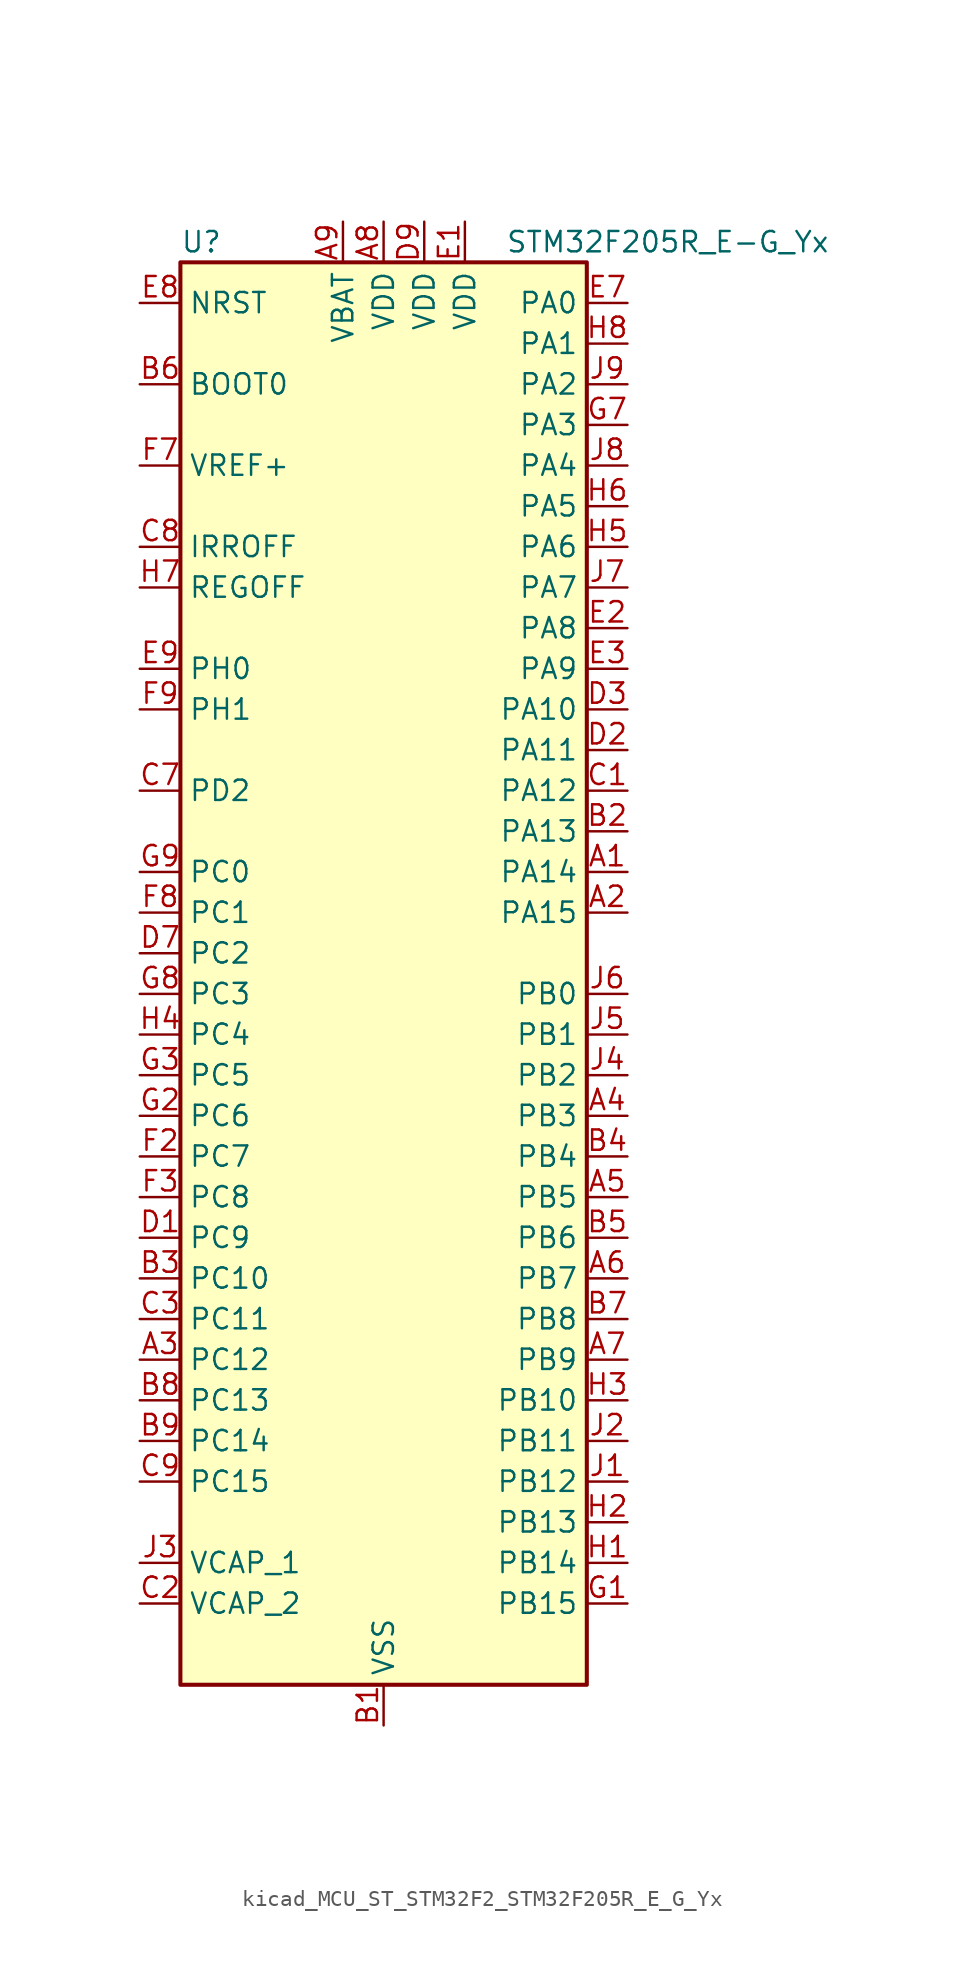
<source format=kicad_sym>
(kicad_symbol_lib
  (version 20220914)
  (generator kicad_symbol_editor)
  (symbol "kicad_MCU_ST_STM32F2_STM32F205R_E_G_Yx"
    (property "Reference" "U"
      (at -12.7 46.99 0)
      (effects (font (size 1.27 1.27)) (justify left)))
    (property "Value" "STM32F205R_E-G_Yx"
      (at 7.62 46.99 0)
      (effects (font (size 1.27 1.27)) (justify left)))
    (property "ki_locked" ""
      (at 0 0 0)
      (effects (font (size 1.27 1.27))))
    (symbol "kicad_MCU_ST_STM32F2_STM32F205R_E_G_Yx_0_1"
      (rectangle (start -12.7 -43.18) (end 12.7 45.72) (stroke (width 0.254) (type default)) (fill (type background))))
    (symbol "kicad_MCU_ST_STM32F2_STM32F205R_E_G_Yx_1_1"
      (pin bidirectional line (at 15.24 7.62 180) (length 2.54) (name "PA14" (effects (font (size 1.27 1.27)))) (number "A1" (effects (font (size 1.27 1.27)))) (alternate "SYS_JTCK-SWCLK" bidirectional line))
      (pin bidirectional line (at 15.24 5.08 180) (length 2.54) (name "PA15" (effects (font (size 1.27 1.27)))) (number "A2" (effects (font (size 1.27 1.27)))) (alternate "ADC1_EXTI15" bidirectional line) (alternate "ADC2_EXTI15" bidirectional line) (alternate "ADC3_EXTI15" bidirectional line) (alternate "I2S3_WS" bidirectional line) (alternate "SPI1_NSS" bidirectional line) (alternate "SPI3_NSS" bidirectional line) (alternate "SYS_JTDI" bidirectional line) (alternate "TIM2_CH1" bidirectional line) (alternate "TIM2_ETR" bidirectional line))
      (pin bidirectional line (at -15.24 -22.86 0) (length 2.54) (name "PC12" (effects (font (size 1.27 1.27)))) (number "A3" (effects (font (size 1.27 1.27)))) (alternate "I2S3_SD" bidirectional line) (alternate "SDIO_CK" bidirectional line) (alternate "SPI3_MOSI" bidirectional line) (alternate "UART5_TX" bidirectional line) (alternate "USART3_CK" bidirectional line))
      (pin bidirectional line (at 15.24 -7.62 180) (length 2.54) (name "PB3" (effects (font (size 1.27 1.27)))) (number "A4" (effects (font (size 1.27 1.27)))) (alternate "I2S3_SCK" bidirectional line) (alternate "SPI1_SCK" bidirectional line) (alternate "SPI3_SCK" bidirectional line) (alternate "SYS_JTDO-SWO" bidirectional line) (alternate "TIM2_CH2" bidirectional line))
      (pin bidirectional line (at 15.24 -12.7 180) (length 2.54) (name "PB5" (effects (font (size 1.27 1.27)))) (number "A5" (effects (font (size 1.27 1.27)))) (alternate "CAN2_RX" bidirectional line) (alternate "I2C1_SMBA" bidirectional line) (alternate "I2S3_SD" bidirectional line) (alternate "SPI1_MOSI" bidirectional line) (alternate "SPI3_MOSI" bidirectional line) (alternate "TIM3_CH2" bidirectional line) (alternate "USB_OTG_HS_ULPI_D7" bidirectional line))
      (pin bidirectional line (at 15.24 -17.78 180) (length 2.54) (name "PB7" (effects (font (size 1.27 1.27)))) (number "A6" (effects (font (size 1.27 1.27)))) (alternate "I2C1_SDA" bidirectional line) (alternate "TIM4_CH2" bidirectional line) (alternate "USART1_RX" bidirectional line))
      (pin bidirectional line (at 15.24 -22.86 180) (length 2.54) (name "PB9" (effects (font (size 1.27 1.27)))) (number "A7" (effects (font (size 1.27 1.27)))) (alternate "CAN1_TX" bidirectional line) (alternate "DAC_EXTI9" bidirectional line) (alternate "I2C1_SDA" bidirectional line) (alternate "I2S2_WS" bidirectional line) (alternate "SDIO_D5" bidirectional line) (alternate "SPI2_NSS" bidirectional line) (alternate "TIM11_CH1" bidirectional line) (alternate "TIM4_CH4" bidirectional line))
      (pin power_in line (at 0 48.26 270) (length 2.54) (name "VDD" (effects (font (size 1.27 1.27)))) (number "A8" (effects (font (size 1.27 1.27)))))
      (pin power_in line (at -2.54 48.26 270) (length 2.54) (name "VBAT" (effects (font (size 1.27 1.27)))) (number "A9" (effects (font (size 1.27 1.27)))))
      (pin power_in line (at 0 -45.72 90) (length 2.54) (name "VSS" (effects (font (size 1.27 1.27)))) (number "B1" (effects (font (size 1.27 1.27)))))
      (pin bidirectional line (at 15.24 10.16 180) (length 2.54) (name "PA13" (effects (font (size 1.27 1.27)))) (number "B2" (effects (font (size 1.27 1.27)))) (alternate "SYS_JTMS-SWDIO" bidirectional line))
      (pin bidirectional line (at -15.24 -17.78 0) (length 2.54) (name "PC10" (effects (font (size 1.27 1.27)))) (number "B3" (effects (font (size 1.27 1.27)))) (alternate "I2S3_SCK" bidirectional line) (alternate "SDIO_D2" bidirectional line) (alternate "SPI3_SCK" bidirectional line) (alternate "UART4_TX" bidirectional line) (alternate "USART3_TX" bidirectional line))
      (pin bidirectional line (at 15.24 -10.16 180) (length 2.54) (name "PB4" (effects (font (size 1.27 1.27)))) (number "B4" (effects (font (size 1.27 1.27)))) (alternate "SPI1_MISO" bidirectional line) (alternate "SPI3_MISO" bidirectional line) (alternate "SYS_JTRST" bidirectional line) (alternate "TIM3_CH1" bidirectional line))
      (pin bidirectional line (at 15.24 -15.24 180) (length 2.54) (name "PB6" (effects (font (size 1.27 1.27)))) (number "B5" (effects (font (size 1.27 1.27)))) (alternate "CAN2_TX" bidirectional line) (alternate "I2C1_SCL" bidirectional line) (alternate "TIM4_CH1" bidirectional line) (alternate "USART1_TX" bidirectional line))
      (pin input line (at -15.24 38.1 0) (length 2.54) (name "BOOT0" (effects (font (size 1.27 1.27)))) (number "B6" (effects (font (size 1.27 1.27)))))
      (pin bidirectional line (at 15.24 -20.32 180) (length 2.54) (name "PB8" (effects (font (size 1.27 1.27)))) (number "B7" (effects (font (size 1.27 1.27)))) (alternate "CAN1_RX" bidirectional line) (alternate "I2C1_SCL" bidirectional line) (alternate "SDIO_D4" bidirectional line) (alternate "TIM10_CH1" bidirectional line) (alternate "TIM4_CH3" bidirectional line))
      (pin bidirectional line (at -15.24 -25.4 0) (length 2.54) (name "PC13" (effects (font (size 1.27 1.27)))) (number "B8" (effects (font (size 1.27 1.27)))) (alternate "RTC_AF1" bidirectional line))
      (pin bidirectional line (at -15.24 -27.94 0) (length 2.54) (name "PC14" (effects (font (size 1.27 1.27)))) (number "B9" (effects (font (size 1.27 1.27)))) (alternate "RCC_OSC32_IN" bidirectional line))
      (pin bidirectional line (at 15.24 12.7 180) (length 2.54) (name "PA12" (effects (font (size 1.27 1.27)))) (number "C1" (effects (font (size 1.27 1.27)))) (alternate "CAN1_TX" bidirectional line) (alternate "TIM1_ETR" bidirectional line) (alternate "USART1_RTS" bidirectional line) (alternate "USB_OTG_FS_DP" bidirectional line))
      (pin power_out line (at -15.24 -38.1 0) (length 2.54) (name "VCAP_2" (effects (font (size 1.27 1.27)))) (number "C2" (effects (font (size 1.27 1.27)))))
      (pin bidirectional line (at -15.24 -20.32 0) (length 2.54) (name "PC11" (effects (font (size 1.27 1.27)))) (number "C3" (effects (font (size 1.27 1.27)))) (alternate "ADC1_EXTI11" bidirectional line) (alternate "ADC2_EXTI11" bidirectional line) (alternate "ADC3_EXTI11" bidirectional line) (alternate "SDIO_D3" bidirectional line) (alternate "SPI3_MISO" bidirectional line) (alternate "UART4_RX" bidirectional line) (alternate "USART3_RX" bidirectional line))
      (pin bidirectional line (at -15.24 12.7 0) (length 2.54) (name "PD2" (effects (font (size 1.27 1.27)))) (number "C7" (effects (font (size 1.27 1.27)))) (alternate "SDIO_CMD" bidirectional line) (alternate "TIM3_ETR" bidirectional line) (alternate "UART5_RX" bidirectional line))
      (pin input line (at -15.24 27.94 0) (length 2.54) (name "IRROFF" (effects (font (size 1.27 1.27)))) (number "C8" (effects (font (size 1.27 1.27)))))
      (pin bidirectional line (at -15.24 -30.48 0) (length 2.54) (name "PC15" (effects (font (size 1.27 1.27)))) (number "C9" (effects (font (size 1.27 1.27)))) (alternate "ADC1_EXTI15" bidirectional line) (alternate "ADC2_EXTI15" bidirectional line) (alternate "ADC3_EXTI15" bidirectional line) (alternate "RCC_OSC32_OUT" bidirectional line))
      (pin bidirectional line (at -15.24 -15.24 0) (length 2.54) (name "PC9" (effects (font (size 1.27 1.27)))) (number "D1" (effects (font (size 1.27 1.27)))) (alternate "DAC_EXTI9" bidirectional line) (alternate "I2C3_SDA" bidirectional line) (alternate "I2S_CKIN" bidirectional line) (alternate "RCC_MCO_2" bidirectional line) (alternate "SDIO_D1" bidirectional line) (alternate "TIM3_CH4" bidirectional line) (alternate "TIM8_CH4" bidirectional line))
      (pin bidirectional line (at 15.24 15.24 180) (length 2.54) (name "PA11" (effects (font (size 1.27 1.27)))) (number "D2" (effects (font (size 1.27 1.27)))) (alternate "ADC1_EXTI11" bidirectional line) (alternate "ADC2_EXTI11" bidirectional line) (alternate "ADC3_EXTI11" bidirectional line) (alternate "CAN1_RX" bidirectional line) (alternate "TIM1_CH4" bidirectional line) (alternate "USART1_CTS" bidirectional line) (alternate "USB_OTG_FS_DM" bidirectional line))
      (pin bidirectional line (at 15.24 17.78 180) (length 2.54) (name "PA10" (effects (font (size 1.27 1.27)))) (number "D3" (effects (font (size 1.27 1.27)))) (alternate "TIM1_CH3" bidirectional line) (alternate "USART1_RX" bidirectional line) (alternate "USB_OTG_FS_ID" bidirectional line))
      (pin bidirectional line (at -15.24 2.54 0) (length 2.54) (name "PC2" (effects (font (size 1.27 1.27)))) (number "D7" (effects (font (size 1.27 1.27)))) (alternate "ADC1_IN12" bidirectional line) (alternate "ADC2_IN12" bidirectional line) (alternate "ADC3_IN12" bidirectional line) (alternate "SPI2_MISO" bidirectional line) (alternate "USB_OTG_HS_ULPI_DIR" bidirectional line))
      (pin passive line (at 0 -45.72 90) (length 2.54) hide (name "VSS" (effects (font (size 1.27 1.27)))) (number "D8" (effects (font (size 1.27 1.27)))))
      (pin power_in line (at 2.54 48.26 270) (length 2.54) (name "VDD" (effects (font (size 1.27 1.27)))) (number "D9" (effects (font (size 1.27 1.27)))))
      (pin power_in line (at 5.08 48.26 270) (length 2.54) (name "VDD" (effects (font (size 1.27 1.27)))) (number "E1" (effects (font (size 1.27 1.27)))))
      (pin bidirectional line (at 15.24 22.86 180) (length 2.54) (name "PA8" (effects (font (size 1.27 1.27)))) (number "E2" (effects (font (size 1.27 1.27)))) (alternate "I2C3_SCL" bidirectional line) (alternate "RCC_MCO_1" bidirectional line) (alternate "TIM1_CH1" bidirectional line) (alternate "USART1_CK" bidirectional line) (alternate "USB_OTG_FS_SOF" bidirectional line))
      (pin bidirectional line (at 15.24 20.32 180) (length 2.54) (name "PA9" (effects (font (size 1.27 1.27)))) (number "E3" (effects (font (size 1.27 1.27)))) (alternate "DAC_EXTI9" bidirectional line) (alternate "I2C3_SMBA" bidirectional line) (alternate "TIM1_CH2" bidirectional line) (alternate "USART1_TX" bidirectional line) (alternate "USB_OTG_FS_VBUS" bidirectional line))
      (pin bidirectional line (at 15.24 43.18 180) (length 2.54) (name "PA0" (effects (font (size 1.27 1.27)))) (number "E7" (effects (font (size 1.27 1.27)))) (alternate "ADC1_IN0" bidirectional line) (alternate "ADC2_IN0" bidirectional line) (alternate "ADC3_IN0" bidirectional line) (alternate "SYS_WKUP" bidirectional line) (alternate "TIM2_CH1" bidirectional line) (alternate "TIM2_ETR" bidirectional line) (alternate "TIM5_CH1" bidirectional line) (alternate "TIM8_ETR" bidirectional line) (alternate "UART4_TX" bidirectional line) (alternate "USART2_CTS" bidirectional line))
      (pin input line (at -15.24 43.18 0) (length 2.54) (name "NRST" (effects (font (size 1.27 1.27)))) (number "E8" (effects (font (size 1.27 1.27)))))
      (pin bidirectional line (at -15.24 20.32 0) (length 2.54) (name "PH0" (effects (font (size 1.27 1.27)))) (number "E9" (effects (font (size 1.27 1.27)))) (alternate "RCC_OSC_IN" bidirectional line))
      (pin passive line (at 0 -45.72 90) (length 2.54) hide (name "VSS" (effects (font (size 1.27 1.27)))) (number "F1" (effects (font (size 1.27 1.27)))))
      (pin bidirectional line (at -15.24 -10.16 0) (length 2.54) (name "PC7" (effects (font (size 1.27 1.27)))) (number "F2" (effects (font (size 1.27 1.27)))) (alternate "I2S3_MCK" bidirectional line) (alternate "SDIO_D7" bidirectional line) (alternate "TIM3_CH2" bidirectional line) (alternate "TIM8_CH2" bidirectional line) (alternate "USART6_RX" bidirectional line))
      (pin bidirectional line (at -15.24 -12.7 0) (length 2.54) (name "PC8" (effects (font (size 1.27 1.27)))) (number "F3" (effects (font (size 1.27 1.27)))) (alternate "SDIO_D0" bidirectional line) (alternate "TIM3_CH3" bidirectional line) (alternate "TIM8_CH3" bidirectional line) (alternate "USART6_CK" bidirectional line))
      (pin input line (at -15.24 33.02 0) (length 2.54) (name "VREF+" (effects (font (size 1.27 1.27)))) (number "F7" (effects (font (size 1.27 1.27)))))
      (pin bidirectional line (at -15.24 5.08 0) (length 2.54) (name "PC1" (effects (font (size 1.27 1.27)))) (number "F8" (effects (font (size 1.27 1.27)))) (alternate "ADC1_IN11" bidirectional line) (alternate "ADC2_IN11" bidirectional line) (alternate "ADC3_IN11" bidirectional line))
      (pin bidirectional line (at -15.24 17.78 0) (length 2.54) (name "PH1" (effects (font (size 1.27 1.27)))) (number "F9" (effects (font (size 1.27 1.27)))) (alternate "RCC_OSC_OUT" bidirectional line))
      (pin bidirectional line (at 15.24 -38.1 180) (length 2.54) (name "PB15" (effects (font (size 1.27 1.27)))) (number "G1" (effects (font (size 1.27 1.27)))) (alternate "ADC1_EXTI15" bidirectional line) (alternate "ADC2_EXTI15" bidirectional line) (alternate "ADC3_EXTI15" bidirectional line) (alternate "I2S2_SD" bidirectional line) (alternate "RTC_REFIN" bidirectional line) (alternate "SPI2_MOSI" bidirectional line) (alternate "TIM12_CH2" bidirectional line) (alternate "TIM1_CH3N" bidirectional line) (alternate "TIM8_CH3N" bidirectional line) (alternate "USB_OTG_HS_DP" bidirectional line))
      (pin bidirectional line (at -15.24 -7.62 0) (length 2.54) (name "PC6" (effects (font (size 1.27 1.27)))) (number "G2" (effects (font (size 1.27 1.27)))) (alternate "I2S2_MCK" bidirectional line) (alternate "SDIO_D6" bidirectional line) (alternate "TIM3_CH1" bidirectional line) (alternate "TIM8_CH1" bidirectional line) (alternate "USART6_TX" bidirectional line))
      (pin bidirectional line (at -15.24 -5.08 0) (length 2.54) (name "PC5" (effects (font (size 1.27 1.27)))) (number "G3" (effects (font (size 1.27 1.27)))) (alternate "ADC1_IN15" bidirectional line) (alternate "ADC2_IN15" bidirectional line))
      (pin bidirectional line (at 15.24 35.56 180) (length 2.54) (name "PA3" (effects (font (size 1.27 1.27)))) (number "G7" (effects (font (size 1.27 1.27)))) (alternate "ADC1_IN3" bidirectional line) (alternate "ADC2_IN3" bidirectional line) (alternate "ADC3_IN3" bidirectional line) (alternate "TIM2_CH4" bidirectional line) (alternate "TIM5_CH4" bidirectional line) (alternate "TIM9_CH2" bidirectional line) (alternate "USART2_RX" bidirectional line) (alternate "USB_OTG_HS_ULPI_D0" bidirectional line))
      (pin bidirectional line (at -15.24 0 0) (length 2.54) (name "PC3" (effects (font (size 1.27 1.27)))) (number "G8" (effects (font (size 1.27 1.27)))) (alternate "ADC1_IN13" bidirectional line) (alternate "ADC2_IN13" bidirectional line) (alternate "ADC3_IN13" bidirectional line) (alternate "I2S2_SD" bidirectional line) (alternate "SPI2_MOSI" bidirectional line) (alternate "USB_OTG_HS_ULPI_NXT" bidirectional line))
      (pin bidirectional line (at -15.24 7.62 0) (length 2.54) (name "PC0" (effects (font (size 1.27 1.27)))) (number "G9" (effects (font (size 1.27 1.27)))) (alternate "ADC1_IN10" bidirectional line) (alternate "ADC2_IN10" bidirectional line) (alternate "ADC3_IN10" bidirectional line) (alternate "USB_OTG_HS_ULPI_STP" bidirectional line))
      (pin bidirectional line (at 15.24 -35.56 180) (length 2.54) (name "PB14" (effects (font (size 1.27 1.27)))) (number "H1" (effects (font (size 1.27 1.27)))) (alternate "SPI2_MISO" bidirectional line) (alternate "TIM12_CH1" bidirectional line) (alternate "TIM1_CH2N" bidirectional line) (alternate "TIM8_CH2N" bidirectional line) (alternate "USART3_RTS" bidirectional line) (alternate "USB_OTG_HS_DM" bidirectional line))
      (pin bidirectional line (at 15.24 -33.02 180) (length 2.54) (name "PB13" (effects (font (size 1.27 1.27)))) (number "H2" (effects (font (size 1.27 1.27)))) (alternate "CAN2_TX" bidirectional line) (alternate "I2S2_SCK" bidirectional line) (alternate "SPI2_SCK" bidirectional line) (alternate "TIM1_CH1N" bidirectional line) (alternate "USART3_CTS" bidirectional line) (alternate "USB_OTG_HS_ULPI_D6" bidirectional line) (alternate "USB_OTG_HS_VBUS" bidirectional line))
      (pin bidirectional line (at 15.24 -25.4 180) (length 2.54) (name "PB10" (effects (font (size 1.27 1.27)))) (number "H3" (effects (font (size 1.27 1.27)))) (alternate "I2C2_SCL" bidirectional line) (alternate "I2S2_SCK" bidirectional line) (alternate "SPI2_SCK" bidirectional line) (alternate "TIM2_CH3" bidirectional line) (alternate "USART3_TX" bidirectional line) (alternate "USB_OTG_HS_ULPI_D3" bidirectional line))
      (pin bidirectional line (at -15.24 -2.54 0) (length 2.54) (name "PC4" (effects (font (size 1.27 1.27)))) (number "H4" (effects (font (size 1.27 1.27)))) (alternate "ADC1_IN14" bidirectional line) (alternate "ADC2_IN14" bidirectional line))
      (pin bidirectional line (at 15.24 27.94 180) (length 2.54) (name "PA6" (effects (font (size 1.27 1.27)))) (number "H5" (effects (font (size 1.27 1.27)))) (alternate "ADC1_IN6" bidirectional line) (alternate "ADC2_IN6" bidirectional line) (alternate "SPI1_MISO" bidirectional line) (alternate "TIM13_CH1" bidirectional line) (alternate "TIM1_BKIN" bidirectional line) (alternate "TIM3_CH1" bidirectional line) (alternate "TIM8_BKIN" bidirectional line))
      (pin bidirectional line (at 15.24 30.48 180) (length 2.54) (name "PA5" (effects (font (size 1.27 1.27)))) (number "H6" (effects (font (size 1.27 1.27)))) (alternate "ADC1_IN5" bidirectional line) (alternate "ADC2_IN5" bidirectional line) (alternate "DAC_OUT2" bidirectional line) (alternate "SPI1_SCK" bidirectional line) (alternate "TIM2_CH1" bidirectional line) (alternate "TIM2_ETR" bidirectional line) (alternate "TIM8_CH1N" bidirectional line) (alternate "USB_OTG_HS_ULPI_CK" bidirectional line))
      (pin input line (at -15.24 25.4 0) (length 2.54) (name "REGOFF" (effects (font (size 1.27 1.27)))) (number "H7" (effects (font (size 1.27 1.27)))))
      (pin bidirectional line (at 15.24 40.64 180) (length 2.54) (name "PA1" (effects (font (size 1.27 1.27)))) (number "H8" (effects (font (size 1.27 1.27)))) (alternate "ADC1_IN1" bidirectional line) (alternate "ADC2_IN1" bidirectional line) (alternate "ADC3_IN1" bidirectional line) (alternate "TIM2_CH2" bidirectional line) (alternate "TIM5_CH2" bidirectional line) (alternate "UART4_RX" bidirectional line) (alternate "USART2_RTS" bidirectional line))
      (pin passive line (at 0 -45.72 90) (length 2.54) hide (name "VSS" (effects (font (size 1.27 1.27)))) (number "H9" (effects (font (size 1.27 1.27)))))
      (pin bidirectional line (at 15.24 -30.48 180) (length 2.54) (name "PB12" (effects (font (size 1.27 1.27)))) (number "J1" (effects (font (size 1.27 1.27)))) (alternate "CAN2_RX" bidirectional line) (alternate "I2C2_SMBA" bidirectional line) (alternate "I2S2_WS" bidirectional line) (alternate "SPI2_NSS" bidirectional line) (alternate "TIM1_BKIN" bidirectional line) (alternate "USART3_CK" bidirectional line) (alternate "USB_OTG_HS_ID" bidirectional line) (alternate "USB_OTG_HS_ULPI_D5" bidirectional line))
      (pin bidirectional line (at 15.24 -27.94 180) (length 2.54) (name "PB11" (effects (font (size 1.27 1.27)))) (number "J2" (effects (font (size 1.27 1.27)))) (alternate "ADC1_EXTI11" bidirectional line) (alternate "ADC2_EXTI11" bidirectional line) (alternate "ADC3_EXTI11" bidirectional line) (alternate "I2C2_SDA" bidirectional line) (alternate "TIM2_CH4" bidirectional line) (alternate "USART3_RX" bidirectional line) (alternate "USB_OTG_HS_ULPI_D4" bidirectional line))
      (pin power_out line (at -15.24 -35.56 0) (length 2.54) (name "VCAP_1" (effects (font (size 1.27 1.27)))) (number "J3" (effects (font (size 1.27 1.27)))))
      (pin bidirectional line (at 15.24 -5.08 180) (length 2.54) (name "PB2" (effects (font (size 1.27 1.27)))) (number "J4" (effects (font (size 1.27 1.27)))))
      (pin bidirectional line (at 15.24 -2.54 180) (length 2.54) (name "PB1" (effects (font (size 1.27 1.27)))) (number "J5" (effects (font (size 1.27 1.27)))) (alternate "ADC1_IN9" bidirectional line) (alternate "ADC2_IN9" bidirectional line) (alternate "TIM1_CH3N" bidirectional line) (alternate "TIM3_CH4" bidirectional line) (alternate "TIM8_CH3N" bidirectional line) (alternate "USB_OTG_HS_ULPI_D2" bidirectional line))
      (pin bidirectional line (at 15.24 0 180) (length 2.54) (name "PB0" (effects (font (size 1.27 1.27)))) (number "J6" (effects (font (size 1.27 1.27)))) (alternate "ADC1_IN8" bidirectional line) (alternate "ADC2_IN8" bidirectional line) (alternate "TIM1_CH2N" bidirectional line) (alternate "TIM3_CH3" bidirectional line) (alternate "TIM8_CH2N" bidirectional line) (alternate "USB_OTG_HS_ULPI_D1" bidirectional line))
      (pin bidirectional line (at 15.24 25.4 180) (length 2.54) (name "PA7" (effects (font (size 1.27 1.27)))) (number "J7" (effects (font (size 1.27 1.27)))) (alternate "ADC1_IN7" bidirectional line) (alternate "ADC2_IN7" bidirectional line) (alternate "SPI1_MOSI" bidirectional line) (alternate "TIM14_CH1" bidirectional line) (alternate "TIM1_CH1N" bidirectional line) (alternate "TIM3_CH2" bidirectional line) (alternate "TIM8_CH1N" bidirectional line))
      (pin bidirectional line (at 15.24 33.02 180) (length 2.54) (name "PA4" (effects (font (size 1.27 1.27)))) (number "J8" (effects (font (size 1.27 1.27)))) (alternate "ADC1_IN4" bidirectional line) (alternate "ADC2_IN4" bidirectional line) (alternate "DAC_OUT1" bidirectional line) (alternate "I2S3_WS" bidirectional line) (alternate "SPI1_NSS" bidirectional line) (alternate "SPI3_NSS" bidirectional line) (alternate "USART2_CK" bidirectional line) (alternate "USB_OTG_HS_SOF" bidirectional line))
      (pin bidirectional line (at 15.24 38.1 180) (length 2.54) (name "PA2" (effects (font (size 1.27 1.27)))) (number "J9" (effects (font (size 1.27 1.27)))) (alternate "ADC1_IN2" bidirectional line) (alternate "ADC2_IN2" bidirectional line) (alternate "ADC3_IN2" bidirectional line) (alternate "TIM2_CH3" bidirectional line) (alternate "TIM5_CH3" bidirectional line) (alternate "TIM9_CH1" bidirectional line) (alternate "USART2_TX" bidirectional line)))))
</source>
